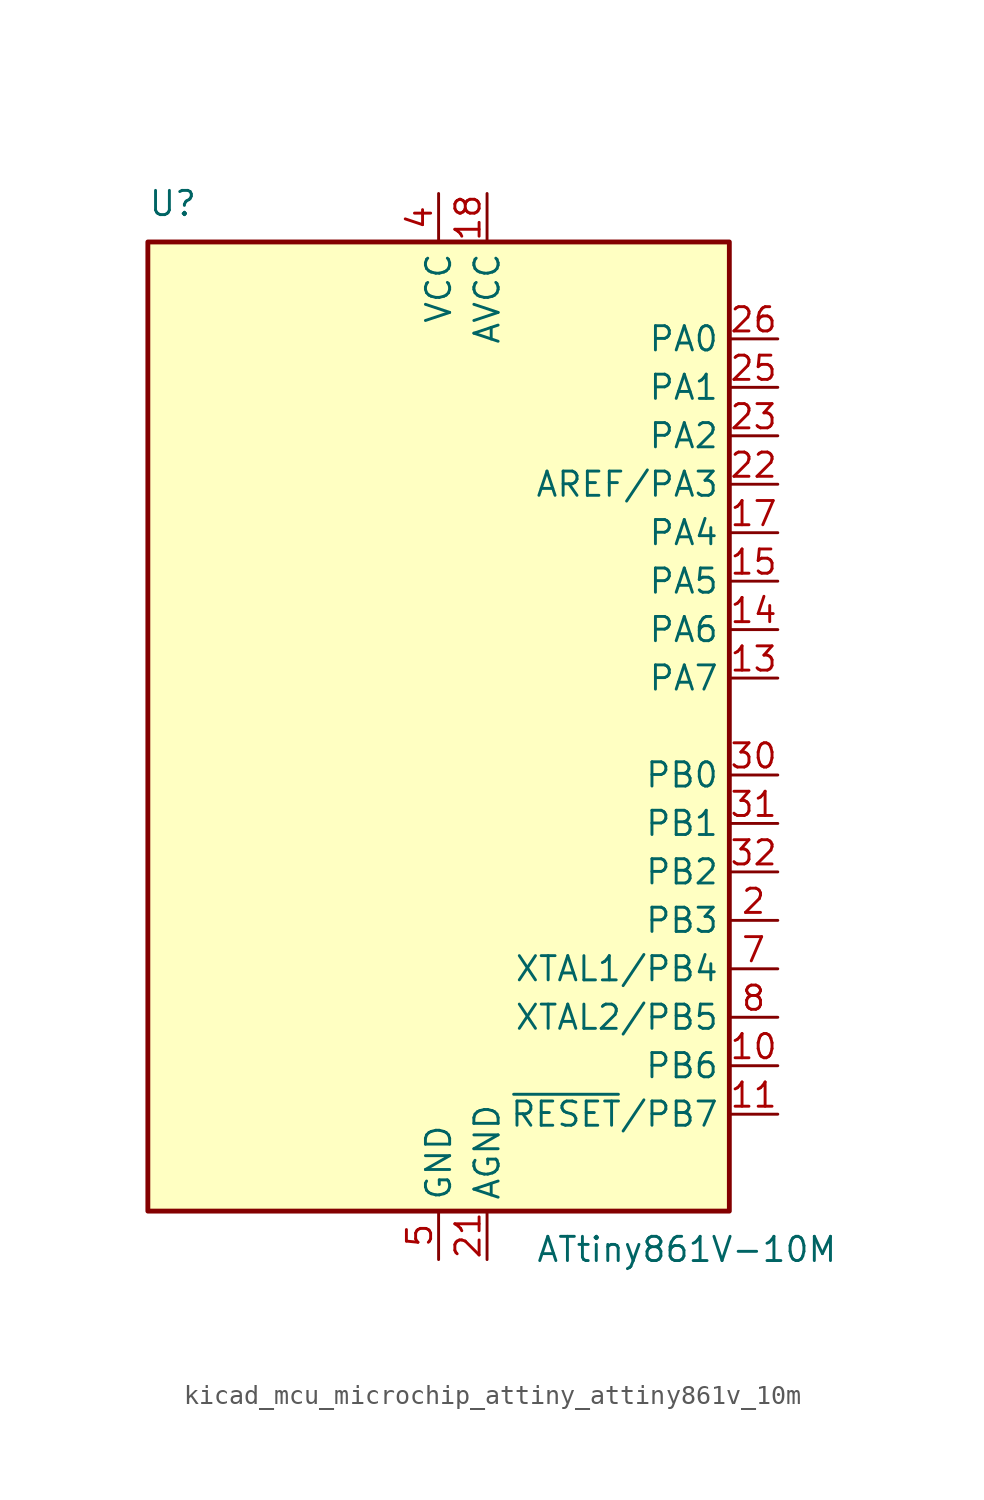
<source format=kicad_sym>
(kicad_symbol_lib
  (version 20220914)
  (generator kicad_symbol_editor)
  (symbol "kicad_mcu_microchip_attiny_attiny861v_10m"
    (property "Reference" "U"
      (at -15.24 26.67 0)
      (effects (font (size 1.27 1.27)) (justify left bottom)))
    (property "Value" "ATtiny861V-10M"
      (at 5.08 -26.67 0)
      (effects (font (size 1.27 1.27)) (justify left top)))
    (symbol "kicad_mcu_microchip_attiny_attiny861v_10m_0_1"
      (rectangle (start -15.24 -25.4) (end 15.24 25.4) (stroke (width 0.254) (type default)) (fill (type background))))
    (symbol "kicad_mcu_microchip_attiny_attiny861v_10m_1_1"
      (pin no_connect line (at -15.24 5.08 0) (length 2.54) hide (name "NC" (effects (font (size 1.27 1.27)))) (number "1" (effects (font (size 1.27 1.27)))))
      (pin bidirectional line (at 17.78 -17.78 180) (length 2.54) (name "PB6" (effects (font (size 1.27 1.27)))) (number "10" (effects (font (size 1.27 1.27)))))
      (pin bidirectional line (at 17.78 -20.32 180) (length 2.54) (name "~{RESET}/PB7" (effects (font (size 1.27 1.27)))) (number "11" (effects (font (size 1.27 1.27)))))
      (pin no_connect line (at -15.24 -5.08 0) (length 2.54) hide (name "NC" (effects (font (size 1.27 1.27)))) (number "12" (effects (font (size 1.27 1.27)))))
      (pin bidirectional line (at 17.78 2.54 180) (length 2.54) (name "PA7" (effects (font (size 1.27 1.27)))) (number "13" (effects (font (size 1.27 1.27)))))
      (pin bidirectional line (at 17.78 5.08 180) (length 2.54) (name "PA6" (effects (font (size 1.27 1.27)))) (number "14" (effects (font (size 1.27 1.27)))))
      (pin bidirectional line (at 17.78 7.62 180) (length 2.54) (name "PA5" (effects (font (size 1.27 1.27)))) (number "15" (effects (font (size 1.27 1.27)))))
      (pin no_connect line (at -15.24 -7.62 0) (length 2.54) hide (name "NC" (effects (font (size 1.27 1.27)))) (number "16" (effects (font (size 1.27 1.27)))))
      (pin bidirectional line (at 17.78 10.16 180) (length 2.54) (name "PA4" (effects (font (size 1.27 1.27)))) (number "17" (effects (font (size 1.27 1.27)))))
      (pin power_in line (at 2.54 27.94 270) (length 2.54) (name "AVCC" (effects (font (size 1.27 1.27)))) (number "18" (effects (font (size 1.27 1.27)))))
      (pin no_connect line (at -15.24 -10.16 0) (length 2.54) hide (name "NC" (effects (font (size 1.27 1.27)))) (number "19" (effects (font (size 1.27 1.27)))))
      (pin bidirectional line (at 17.78 -10.16 180) (length 2.54) (name "PB3" (effects (font (size 1.27 1.27)))) (number "2" (effects (font (size 1.27 1.27)))))
      (pin no_connect line (at -15.24 -12.7 0) (length 2.54) hide (name "NC" (effects (font (size 1.27 1.27)))) (number "20" (effects (font (size 1.27 1.27)))))
      (pin power_in line (at 2.54 -27.94 90) (length 2.54) (name "AGND" (effects (font (size 1.27 1.27)))) (number "21" (effects (font (size 1.27 1.27)))))
      (pin bidirectional line (at 17.78 12.7 180) (length 2.54) (name "AREF/PA3" (effects (font (size 1.27 1.27)))) (number "22" (effects (font (size 1.27 1.27)))))
      (pin bidirectional line (at 17.78 15.24 180) (length 2.54) (name "PA2" (effects (font (size 1.27 1.27)))) (number "23" (effects (font (size 1.27 1.27)))))
      (pin no_connect line (at -15.24 -15.24 0) (length 2.54) hide (name "NC" (effects (font (size 1.27 1.27)))) (number "24" (effects (font (size 1.27 1.27)))))
      (pin bidirectional line (at 17.78 17.78 180) (length 2.54) (name "PA1" (effects (font (size 1.27 1.27)))) (number "25" (effects (font (size 1.27 1.27)))))
      (pin bidirectional line (at 17.78 20.32 180) (length 2.54) (name "PA0" (effects (font (size 1.27 1.27)))) (number "26" (effects (font (size 1.27 1.27)))))
      (pin no_connect line (at -15.24 -17.78 0) (length 2.54) hide (name "NC" (effects (font (size 1.27 1.27)))) (number "27" (effects (font (size 1.27 1.27)))))
      (pin no_connect line (at -15.24 -20.32 0) (length 2.54) hide (name "NC" (effects (font (size 1.27 1.27)))) (number "28" (effects (font (size 1.27 1.27)))))
      (pin no_connect line (at -15.24 -22.86 0) (length 2.54) hide (name "NC" (effects (font (size 1.27 1.27)))) (number "29" (effects (font (size 1.27 1.27)))))
      (pin no_connect line (at -15.24 2.54 0) (length 2.54) hide (name "NC" (effects (font (size 1.27 1.27)))) (number "3" (effects (font (size 1.27 1.27)))))
      (pin bidirectional line (at 17.78 -2.54 180) (length 2.54) (name "PB0" (effects (font (size 1.27 1.27)))) (number "30" (effects (font (size 1.27 1.27)))))
      (pin bidirectional line (at 17.78 -5.08 180) (length 2.54) (name "PB1" (effects (font (size 1.27 1.27)))) (number "31" (effects (font (size 1.27 1.27)))))
      (pin bidirectional line (at 17.78 -7.62 180) (length 2.54) (name "PB2" (effects (font (size 1.27 1.27)))) (number "32" (effects (font (size 1.27 1.27)))))
      (pin passive line (at 0 -27.94 90) (length 2.54) hide (name "GND" (effects (font (size 1.27 1.27)))) (number "33" (effects (font (size 1.27 1.27)))))
      (pin power_in line (at 0 27.94 270) (length 2.54) (name "VCC" (effects (font (size 1.27 1.27)))) (number "4" (effects (font (size 1.27 1.27)))))
      (pin power_in line (at 0 -27.94 90) (length 2.54) (name "GND" (effects (font (size 1.27 1.27)))) (number "5" (effects (font (size 1.27 1.27)))))
      (pin no_connect line (at -15.24 0 0) (length 2.54) hide (name "NC" (effects (font (size 1.27 1.27)))) (number "6" (effects (font (size 1.27 1.27)))))
      (pin bidirectional line (at 17.78 -12.7 180) (length 2.54) (name "XTAL1/PB4" (effects (font (size 1.27 1.27)))) (number "7" (effects (font (size 1.27 1.27)))))
      (pin bidirectional line (at 17.78 -15.24 180) (length 2.54) (name "XTAL2/PB5" (effects (font (size 1.27 1.27)))) (number "8" (effects (font (size 1.27 1.27)))))
      (pin no_connect line (at -15.24 -2.54 0) (length 2.54) hide (name "NC" (effects (font (size 1.27 1.27)))) (number "9" (effects (font (size 1.27 1.27))))))))
</source>
